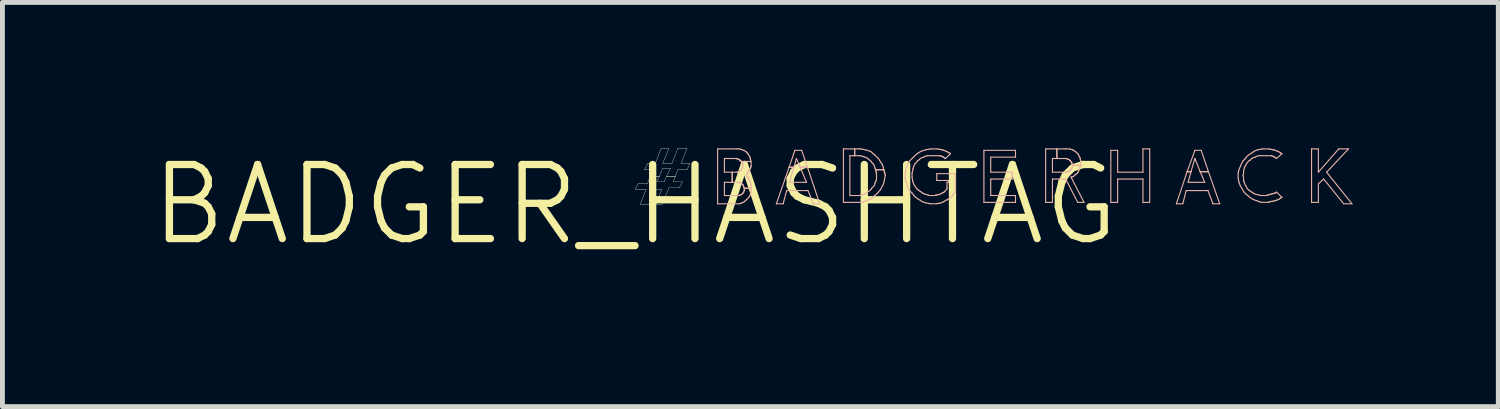
<source format=kicad_pcb>
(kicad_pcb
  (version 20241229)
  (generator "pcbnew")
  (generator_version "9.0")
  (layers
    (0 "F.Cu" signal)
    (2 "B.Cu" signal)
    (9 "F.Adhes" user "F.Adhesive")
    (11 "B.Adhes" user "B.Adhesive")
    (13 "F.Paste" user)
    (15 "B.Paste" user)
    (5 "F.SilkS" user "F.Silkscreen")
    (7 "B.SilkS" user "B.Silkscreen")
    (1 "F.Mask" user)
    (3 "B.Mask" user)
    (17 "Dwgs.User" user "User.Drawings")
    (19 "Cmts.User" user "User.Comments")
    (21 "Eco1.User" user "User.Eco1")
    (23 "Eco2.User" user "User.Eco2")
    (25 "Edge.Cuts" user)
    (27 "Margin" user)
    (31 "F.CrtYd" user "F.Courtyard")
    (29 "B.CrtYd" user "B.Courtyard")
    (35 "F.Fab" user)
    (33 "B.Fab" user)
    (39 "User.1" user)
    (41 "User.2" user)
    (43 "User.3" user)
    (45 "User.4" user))
  (footprint "BADGER_HASHTAG"
    (layer "F.Cu")
    (at 10.015 1.161)
    (property "Reference" "BADGER_HASHTAG" (at 0 0 0) (layer "F.SilkS") (effects (font (size 1.524 1.524) (thickness 0.15))))
    (attr exclude_from_pos_files exclude_from_bom)
    (fp_line (start 0.008 -0.318) (end 0.229 -0.318) (stroke (width 0.005) (type solid)) (layer "B.Cu"))
    (fp_line (start 0.069 -0.439) (end 0.008 -0.318) (stroke (width 0.005) (type solid)) (layer "B.Cu"))
    (fp_line (start 0.109 -0.008) (end 0.29 -0.008) (stroke (width 0.005) (type solid)) (layer "B.Cu"))
    (fp_line (start 0.198 -0.719) (end 0.348 -0.719) (stroke (width 0.005) (type solid)) (layer "B.Cu"))
    (fp_line (start 0.229 -0.318) (end 0.109 -0.008) (stroke (width 0.005) (type solid)) (layer "B.Cu"))
    (fp_line (start 0.259 -0.848) (end 0.198 -0.719) (stroke (width 0.005) (type solid)) (layer "B.Cu"))
    (fp_line (start 0.259 -0.439) (end 0.069 -0.439) (stroke (width 0.005) (type solid)) (layer "B.Cu"))
    (fp_line (start 0.29 -0.008) (end 0.419 -0.318) (stroke (width 0.005) (type solid)) (layer "B.Cu"))
    (fp_line (start 0.31 -0.579) (end 0.259 -0.439) (stroke (width 0.005) (type solid)) (layer "B.Cu"))
    (fp_line (start 0.31 -0.579) (end 0.498 -0.579) (stroke (width 0.005) (type solid)) (layer "B.Cu"))
    (fp_line (start 0.348 -0.719) (end 0.31 -0.579) (stroke (width 0.005) (type solid)) (layer "B.Cu"))
    (fp_line (start 0.419 -0.848) (end 0.259 -0.848) (stroke (width 0.005) (type solid)) (layer "B.Cu"))
    (fp_line (start 0.419 -0.318) (end 0.549 -0.318) (stroke (width 0.005) (type solid)) (layer "B.Cu"))
    (fp_line (start 0.429 -0.008) (end 0.559 -0.008) (stroke (width 0.005) (type solid)) (layer "B.Cu"))
    (fp_line (start 0.45 -0.47) (end 0.498 -0.579) (stroke (width 0.005) (type solid)) (layer "B.Cu"))
    (fp_line (start 0.498 -0.579) (end 0.31 -0.579) (stroke (width 0.005) (type solid)) (layer "B.Cu"))
    (fp_line (start 0.498 -0.579) (end 0.569 -0.749) (stroke (width 0.005) (type solid)) (layer "B.Cu"))
    (fp_line (start 0.538 -1.158) (end 0.419 -0.848) (stroke (width 0.005) (type solid)) (layer "B.Cu"))
    (fp_line (start 0.549 -0.318) (end 0.429 -0.008) (stroke (width 0.005) (type solid)) (layer "B.Cu"))
    (fp_line (start 0.559 -0.008) (end 0.699 -0.348) (stroke (width 0.005) (type solid)) (layer "B.Cu"))
    (fp_line (start 0.569 -0.848) (end 0.699 -1.158) (stroke (width 0.005) (type solid)) (layer "B.Cu"))
    (fp_line (start 0.569 -0.749) (end 0.729 -0.749) (stroke (width 0.005) (type solid)) (layer "B.Cu"))
    (fp_line (start 0.599 -0.47) (end 0.45 -0.47) (stroke (width 0.005) (type solid)) (layer "B.Cu"))
    (fp_line (start 0.648 -0.579) (end 0.599 -0.47) (stroke (width 0.005) (type solid)) (layer "B.Cu"))
    (fp_line (start 0.648 -0.579) (end 0.828 -0.579) (stroke (width 0.005) (type solid)) (layer "B.Cu"))
    (fp_line (start 0.699 -1.158) (end 0.538 -1.158) (stroke (width 0.005) (type solid)) (layer "B.Cu"))
    (fp_line (start 0.699 -0.348) (end 0.919 -0.348) (stroke (width 0.005) (type solid)) (layer "B.Cu"))
    (fp_line (start 0.729 -0.749) (end 0.648 -0.579) (stroke (width 0.005) (type solid)) (layer "B.Cu"))
    (fp_line (start 0.759 -0.848) (end 0.569 -0.848) (stroke (width 0.005) (type solid)) (layer "B.Cu"))
    (fp_line (start 0.79 -0.47) (end 0.828 -0.579) (stroke (width 0.005) (type solid)) (layer "B.Cu"))
    (fp_line (start 0.828 -0.579) (end 0.648 -0.579) (stroke (width 0.005) (type solid)) (layer "B.Cu"))
    (fp_line (start 0.828 -0.579) (end 0.879 -0.719) (stroke (width 0.005) (type solid)) (layer "B.Cu"))
    (fp_line (start 0.879 -1.158) (end 0.759 -0.848) (stroke (width 0.005) (type solid)) (layer "B.Cu"))
    (fp_line (start 0.879 -0.719) (end 1.069 -0.719) (stroke (width 0.005) (type solid)) (layer "B.Cu"))
    (fp_line (start 0.919 -0.348) (end 0.978 -0.47) (stroke (width 0.005) (type solid)) (layer "B.Cu"))
    (fp_line (start 0.95 -0.848) (end 1.069 -1.158) (stroke (width 0.005) (type solid)) (layer "B.Cu"))
    (fp_line (start 0.978 -0.47) (end 0.79 -0.47) (stroke (width 0.005) (type solid)) (layer "B.Cu"))
    (fp_line (start 1.069 -1.158) (end 0.879 -1.158) (stroke (width 0.005) (type solid)) (layer "B.Cu"))
    (fp_line (start 1.069 -0.719) (end 1.128 -0.848) (stroke (width 0.005) (type solid)) (layer "B.Cu"))
    (fp_line (start 1.128 -0.848) (end 0.95 -0.848) (stroke (width 0.005) (type solid)) (layer "B.Cu"))
    (fp_line (start 0.008 -0.318) (end 0.229 -0.318) (stroke (width 0.005) (type solid)) (layer "F.SilkS"))
    (fp_line (start 0.069 -0.439) (end 0.008 -0.318) (stroke (width 0.005) (type solid)) (layer "F.SilkS"))
    (fp_line (start 0.109 -0.008) (end 0.29 -0.008) (stroke (width 0.005) (type solid)) (layer "F.SilkS"))
    (fp_line (start 0.198 -0.719) (end 0.348 -0.719) (stroke (width 0.005) (type solid)) (layer "F.SilkS"))
    (fp_line (start 0.229 -0.318) (end 0.109 -0.008) (stroke (width 0.005) (type solid)) (layer "F.SilkS"))
    (fp_line (start 0.259 -0.848) (end 0.198 -0.719) (stroke (width 0.005) (type solid)) (layer "F.SilkS"))
    (fp_line (start 0.259 -0.439) (end 0.069 -0.439) (stroke (width 0.005) (type solid)) (layer "F.SilkS"))
    (fp_line (start 0.29 -0.008) (end 0.419 -0.318) (stroke (width 0.005) (type solid)) (layer "F.SilkS"))
    (fp_line (start 0.31 -0.579) (end 0.259 -0.439) (stroke (width 0.005) (type solid)) (layer "F.SilkS"))
    (fp_line (start 0.31 -0.579) (end 0.498 -0.579) (stroke (width 0.005) (type solid)) (layer "F.SilkS"))
    (fp_line (start 0.348 -0.719) (end 0.31 -0.579) (stroke (width 0.005) (type solid)) (layer "F.SilkS"))
    (fp_line (start 0.419 -0.848) (end 0.259 -0.848) (stroke (width 0.005) (type solid)) (layer "F.SilkS"))
    (fp_line (start 0.419 -0.318) (end 0.549 -0.318) (stroke (width 0.005) (type solid)) (layer "F.SilkS"))
    (fp_line (start 0.429 -0.008) (end 0.559 -0.008) (stroke (width 0.005) (type solid)) (layer "F.SilkS"))
    (fp_line (start 0.45 -0.47) (end 0.498 -0.579) (stroke (width 0.005) (type solid)) (layer "F.SilkS"))
    (fp_line (start 0.498 -0.579) (end 0.31 -0.579) (stroke (width 0.005) (type solid)) (layer "F.SilkS"))
    (fp_line (start 0.498 -0.579) (end 0.569 -0.749) (stroke (width 0.005) (type solid)) (layer "F.SilkS"))
    (fp_line (start 0.538 -1.158) (end 0.419 -0.848) (stroke (width 0.005) (type solid)) (layer "F.SilkS"))
    (fp_line (start 0.549 -0.318) (end 0.429 -0.008) (stroke (width 0.005) (type solid)) (layer "F.SilkS"))
    (fp_line (start 0.559 -0.008) (end 0.699 -0.348) (stroke (width 0.005) (type solid)) (layer "F.SilkS"))
    (fp_line (start 0.569 -0.848) (end 0.699 -1.158) (stroke (width 0.005) (type solid)) (layer "F.SilkS"))
    (fp_line (start 0.569 -0.749) (end 0.729 -0.749) (stroke (width 0.005) (type solid)) (layer "F.SilkS"))
    (fp_line (start 0.599 -0.47) (end 0.45 -0.47) (stroke (width 0.005) (type solid)) (layer "F.SilkS"))
    (fp_line (start 0.648 -0.579) (end 0.599 -0.47) (stroke (width 0.005) (type solid)) (layer "F.SilkS"))
    (fp_line (start 0.648 -0.579) (end 0.828 -0.579) (stroke (width 0.005) (type solid)) (layer "F.SilkS"))
    (fp_line (start 0.699 -1.158) (end 0.538 -1.158) (stroke (width 0.005) (type solid)) (layer "F.SilkS"))
    (fp_line (start 0.699 -0.348) (end 0.909 -0.348) (stroke (width 0.005) (type solid)) (layer "F.SilkS"))
    (fp_line (start 0.729 -0.749) (end 0.648 -0.579) (stroke (width 0.005) (type solid)) (layer "F.SilkS"))
    (fp_line (start 0.759 -0.848) (end 0.569 -0.848) (stroke (width 0.005) (type solid)) (layer "F.SilkS"))
    (fp_line (start 0.79 -0.47) (end 0.828 -0.579) (stroke (width 0.005) (type solid)) (layer "F.SilkS"))
    (fp_line (start 0.828 -0.579) (end 0.648 -0.579) (stroke (width 0.005) (type solid)) (layer "F.SilkS"))
    (fp_line (start 0.828 -0.579) (end 0.879 -0.719) (stroke (width 0.005) (type solid)) (layer "F.SilkS"))
    (fp_line (start 0.879 -1.158) (end 0.759 -0.848) (stroke (width 0.005) (type solid)) (layer "F.SilkS"))
    (fp_line (start 0.879 -0.719) (end 1.069 -0.719) (stroke (width 0.005) (type solid)) (layer "F.SilkS"))
    (fp_line (start 0.909 -0.348) (end 0.978 -0.47) (stroke (width 0.005) (type solid)) (layer "F.SilkS"))
    (fp_line (start 0.95 -0.848) (end 1.069 -1.158) (stroke (width 0.005) (type solid)) (layer "F.SilkS"))
    (fp_line (start 0.978 -0.47) (end 0.79 -0.47) (stroke (width 0.005) (type solid)) (layer "F.SilkS"))
    (fp_line (start 1.069 -1.158) (end 0.879 -1.158) (stroke (width 0.005) (type solid)) (layer "F.SilkS"))
    (fp_line (start 1.069 -0.719) (end 1.128 -0.848) (stroke (width 0.005) (type solid)) (layer "F.SilkS"))
    (fp_line (start 1.128 -0.848) (end 0.95 -0.848) (stroke (width 0.005) (type solid)) (layer "F.SilkS"))
    (fp_line (start 1.699 -1.148) (end 1.699 -0.018) (stroke (width 0.023) (type solid)) (layer "B.SilkS"))
    (fp_line (start 1.699 -0.018) (end 2.149 -0.018) (stroke (width 0.023) (type solid)) (layer "B.SilkS"))
    (fp_line (start 1.839 -0.95) (end 2.098 -0.95) (stroke (width 0.023) (type solid)) (layer "B.SilkS"))
    (fp_line (start 1.839 -0.668) (end 1.839 -0.95) (stroke (width 0.023) (type solid)) (layer "B.SilkS"))
    (fp_line (start 1.839 -0.46) (end 1.999 -0.46) (stroke (width 0.023) (type solid)) (layer "B.SilkS"))
    (fp_line (start 1.839 -0.188) (end 1.839 -0.46) (stroke (width 0.023) (type solid)) (layer "B.SilkS"))
    (fp_line (start 1.999 -0.668) (end 1.839 -0.668) (stroke (width 0.023) (type solid)) (layer "B.SilkS"))
    (fp_line (start 1.999 -0.668) (end 1.999 -0.46) (stroke (width 0.023) (type solid)) (layer "B.SilkS"))
    (fp_line (start 1.999 -0.46) (end 1.999 -0.668) (stroke (width 0.023) (type solid)) (layer "B.SilkS"))
    (fp_line (start 1.999 -0.46) (end 2.149 -0.46) (stroke (width 0.023) (type solid)) (layer "B.SilkS"))
    (fp_line (start 2.078 -1.148) (end 1.699 -1.148) (stroke (width 0.023) (type solid)) (layer "B.SilkS"))
    (fp_line (start 2.098 -0.95) (end 2.098 -0.94) (stroke (width 0.023) (type solid)) (layer "B.SilkS"))
    (fp_line (start 2.098 -0.94) (end 2.129 -0.94) (stroke (width 0.023) (type solid)) (layer "B.SilkS"))
    (fp_line (start 2.108 -0.668) (end 1.999 -0.668) (stroke (width 0.023) (type solid)) (layer "B.SilkS"))
    (fp_line (start 2.118 -0.678) (end 2.108 -0.668) (stroke (width 0.023) (type solid)) (layer "B.SilkS"))
    (fp_line (start 2.129 -0.94) (end 2.129 -0.93) (stroke (width 0.023) (type solid)) (layer "B.SilkS"))
    (fp_line (start 2.129 -0.93) (end 2.139 -0.93) (stroke (width 0.023) (type solid)) (layer "B.SilkS"))
    (fp_line (start 2.129 -0.678) (end 2.118 -0.678) (stroke (width 0.023) (type solid)) (layer "B.SilkS"))
    (fp_line (start 2.139 -0.93) (end 2.149 -0.919) (stroke (width 0.023) (type solid)) (layer "B.SilkS"))
    (fp_line (start 2.139 -0.188) (end 1.839 -0.188) (stroke (width 0.023) (type solid)) (layer "B.SilkS"))
    (fp_line (start 2.149 -1.148) (end 2.078 -1.148) (stroke (width 0.023) (type solid)) (layer "B.SilkS"))
    (fp_line (start 2.149 -0.919) (end 2.159 -0.919) (stroke (width 0.023) (type solid)) (layer "B.SilkS"))
    (fp_line (start 2.149 -0.688) (end 2.129 -0.678) (stroke (width 0.023) (type solid)) (layer "B.SilkS"))
    (fp_line (start 2.149 -0.46) (end 2.159 -0.45) (stroke (width 0.023) (type solid)) (layer "B.SilkS"))
    (fp_line (start 2.149 -0.018) (end 2.179 -0.028) (stroke (width 0.023) (type solid)) (layer "B.SilkS"))
    (fp_line (start 2.159 -0.919) (end 2.159 -0.909) (stroke (width 0.023) (type solid)) (layer "B.SilkS"))
    (fp_line (start 2.159 -0.909) (end 2.169 -0.909) (stroke (width 0.023) (type solid)) (layer "B.SilkS"))
    (fp_line (start 2.159 -0.699) (end 2.149 -0.688) (stroke (width 0.023) (type solid)) (layer "B.SilkS"))
    (fp_line (start 2.159 -0.45) (end 2.169 -0.45) (stroke (width 0.023) (type solid)) (layer "B.SilkS"))
    (fp_line (start 2.159 -0.198) (end 2.139 -0.188) (stroke (width 0.023) (type solid)) (layer "B.SilkS"))
    (fp_line (start 2.169 -0.909) (end 2.169 -0.899) (stroke (width 0.023) (type solid)) (layer "B.SilkS"))
    (fp_line (start 2.169 -0.899) (end 2.179 -0.899) (stroke (width 0.023) (type solid)) (layer "B.SilkS"))
    (fp_line (start 2.169 -0.699) (end 2.159 -0.699) (stroke (width 0.023) (type solid)) (layer "B.SilkS"))
    (fp_line (start 2.169 -0.45) (end 2.179 -0.439) (stroke (width 0.023) (type solid)) (layer "B.SilkS"))
    (fp_line (start 2.169 -0.198) (end 2.159 -0.198) (stroke (width 0.023) (type solid)) (layer "B.SilkS"))
    (fp_line (start 2.179 -1.138) (end 2.149 -1.148) (stroke (width 0.023) (type solid)) (layer "B.SilkS"))
    (fp_line (start 2.179 -0.899) (end 2.179 -0.889) (stroke (width 0.023) (type solid)) (layer "B.SilkS"))
    (fp_line (start 2.179 -0.889) (end 2.189 -0.889) (stroke (width 0.023) (type solid)) (layer "B.SilkS"))
    (fp_line (start 2.179 -0.889) (end 2.38 -0.889) (stroke (width 0.023) (type solid)) (layer "B.SilkS"))
    (fp_line (start 2.179 -0.709) (end 2.169 -0.699) (stroke (width 0.023) (type solid)) (layer "B.SilkS"))
    (fp_line (start 2.179 -0.439) (end 2.189 -0.429) (stroke (width 0.023) (type solid)) (layer "B.SilkS"))
    (fp_line (start 2.179 -0.208) (end 2.169 -0.198) (stroke (width 0.023) (type solid)) (layer "B.SilkS"))
    (fp_line (start 2.179 -0.028) (end 2.2 -0.038) (stroke (width 0.023) (type solid)) (layer "B.SilkS"))
    (fp_line (start 2.189 -0.889) (end 2.189 -0.879) (stroke (width 0.023) (type solid)) (layer "B.SilkS"))
    (fp_line (start 2.189 -0.879) (end 2.2 -0.879) (stroke (width 0.023) (type solid)) (layer "B.SilkS"))
    (fp_line (start 2.189 -0.719) (end 2.179 -0.709) (stroke (width 0.023) (type solid)) (layer "B.SilkS"))
    (fp_line (start 2.189 -0.429) (end 2.2 -0.429) (stroke (width 0.023) (type solid)) (layer "B.SilkS"))
    (fp_line (start 2.189 -0.208) (end 2.179 -0.208) (stroke (width 0.023) (type solid)) (layer "B.SilkS"))
    (fp_line (start 2.2 -0.879) (end 2.2 -0.859) (stroke (width 0.023) (type solid)) (layer "B.SilkS"))
    (fp_line (start 2.2 -0.859) (end 2.21 -0.859) (stroke (width 0.023) (type solid)) (layer "B.SilkS"))
    (fp_line (start 2.2 -0.749) (end 2.2 -0.729) (stroke (width 0.023) (type solid)) (layer "B.SilkS"))
    (fp_line (start 2.2 -0.729) (end 2.189 -0.719) (stroke (width 0.023) (type solid)) (layer "B.SilkS"))
    (fp_line (start 2.2 -0.429) (end 2.21 -0.419) (stroke (width 0.023) (type solid)) (layer "B.SilkS"))
    (fp_line (start 2.2 -0.218) (end 2.189 -0.208) (stroke (width 0.023) (type solid)) (layer "B.SilkS"))
    (fp_line (start 2.2 -0.038) (end 2.228 -0.048) (stroke (width 0.023) (type solid)) (layer "B.SilkS"))
    (fp_line (start 2.21 -1.128) (end 2.179 -1.138) (stroke (width 0.023) (type solid)) (layer "B.SilkS"))
    (fp_line (start 2.21 -0.859) (end 2.21 -0.838) (stroke (width 0.023) (type solid)) (layer "B.SilkS"))
    (fp_line (start 2.21 -0.838) (end 2.22 -0.838) (stroke (width 0.023) (type solid)) (layer "B.SilkS"))
    (fp_line (start 2.21 -0.77) (end 2.21 -0.759) (stroke (width 0.023) (type solid)) (layer "B.SilkS"))
    (fp_line (start 2.21 -0.759) (end 2.2 -0.749) (stroke (width 0.023) (type solid)) (layer "B.SilkS"))
    (fp_line (start 2.21 -0.419) (end 2.22 -0.409) (stroke (width 0.023) (type solid)) (layer "B.SilkS"))
    (fp_line (start 2.21 -0.229) (end 2.2 -0.218) (stroke (width 0.023) (type solid)) (layer "B.SilkS"))
    (fp_line (start 2.22 -0.838) (end 2.22 -0.78) (stroke (width 0.023) (type solid)) (layer "B.SilkS"))
    (fp_line (start 2.22 -0.78) (end 2.21 -0.77) (stroke (width 0.023) (type solid)) (layer "B.SilkS"))
    (fp_line (start 2.22 -0.409) (end 2.228 -0.399) (stroke (width 0.023) (type solid)) (layer "B.SilkS"))
    (fp_line (start 2.22 -0.239) (end 2.21 -0.229) (stroke (width 0.023) (type solid)) (layer "B.SilkS"))
    (fp_line (start 2.228 -1.118) (end 2.21 -1.128) (stroke (width 0.023) (type solid)) (layer "B.SilkS"))
    (fp_line (start 2.228 -0.399) (end 2.228 -0.389) (stroke (width 0.023) (type solid)) (layer "B.SilkS"))
    (fp_line (start 2.228 -0.389) (end 2.238 -0.368) (stroke (width 0.023) (type solid)) (layer "B.SilkS"))
    (fp_line (start 2.228 -0.249) (end 2.22 -0.239) (stroke (width 0.023) (type solid)) (layer "B.SilkS"))
    (fp_line (start 2.228 -0.048) (end 2.258 -0.069) (stroke (width 0.023) (type solid)) (layer "B.SilkS"))
    (fp_line (start 2.238 -0.368) (end 2.238 -0.358) (stroke (width 0.023) (type solid)) (layer "B.SilkS"))
    (fp_line (start 2.238 -0.358) (end 2.248 -0.348) (stroke (width 0.023) (type solid)) (layer "B.SilkS"))
    (fp_line (start 2.238 -0.279) (end 2.238 -0.259) (stroke (width 0.023) (type solid)) (layer "B.SilkS"))
    (fp_line (start 2.238 -0.259) (end 2.228 -0.249) (stroke (width 0.023) (type solid)) (layer "B.SilkS"))
    (fp_line (start 2.248 -0.348) (end 2.248 -0.338) (stroke (width 0.023) (type solid)) (layer "B.SilkS"))
    (fp_line (start 2.248 -0.338) (end 2.248 -0.328) (stroke (width 0.023) (type solid)) (layer "B.SilkS"))
    (fp_line (start 2.248 -0.338) (end 2.388 -0.338) (stroke (width 0.023) (type solid)) (layer "B.SilkS"))
    (fp_line (start 2.248 -0.328) (end 2.258 -0.328) (stroke (width 0.023) (type solid)) (layer "B.SilkS"))
    (fp_line (start 2.248 -0.31) (end 2.248 -0.29) (stroke (width 0.023) (type solid)) (layer "B.SilkS"))
    (fp_line (start 2.248 -0.29) (end 2.238 -0.279) (stroke (width 0.023) (type solid)) (layer "B.SilkS"))
    (fp_line (start 2.258 -1.11) (end 2.228 -1.118) (stroke (width 0.023) (type solid)) (layer "B.SilkS"))
    (fp_line (start 2.258 -0.328) (end 2.248 -0.31) (stroke (width 0.023) (type solid)) (layer "B.SilkS"))
    (fp_line (start 2.258 -0.069) (end 2.278 -0.089) (stroke (width 0.023) (type solid)) (layer "B.SilkS"))
    (fp_line (start 2.278 -1.09) (end 2.258 -1.11) (stroke (width 0.023) (type solid)) (layer "B.SilkS"))
    (fp_line (start 2.278 -0.089) (end 2.299 -0.109) (stroke (width 0.023) (type solid)) (layer "B.SilkS"))
    (fp_line (start 2.289 -0.599) (end 2.299 -0.62) (stroke (width 0.023) (type solid)) (layer "B.SilkS"))
    (fp_line (start 2.299 -1.079) (end 2.278 -1.09) (stroke (width 0.023) (type solid)) (layer "B.SilkS"))
    (fp_line (start 2.299 -0.62) (end 2.309 -0.638) (stroke (width 0.023) (type solid)) (layer "B.SilkS"))
    (fp_line (start 2.299 -0.589) (end 2.289 -0.599) (stroke (width 0.023) (type solid)) (layer "B.SilkS"))
    (fp_line (start 2.299 -0.109) (end 2.319 -0.13) (stroke (width 0.023) (type solid)) (layer "B.SilkS"))
    (fp_line (start 2.309 -1.059) (end 2.299 -1.079) (stroke (width 0.023) (type solid)) (layer "B.SilkS"))
    (fp_line (start 2.309 -0.638) (end 2.319 -0.658) (stroke (width 0.023) (type solid)) (layer "B.SilkS"))
    (fp_line (start 2.309 -0.579) (end 2.299 -0.589) (stroke (width 0.023) (type solid)) (layer "B.SilkS"))
    (fp_line (start 2.319 -0.658) (end 2.329 -0.668) (stroke (width 0.023) (type solid)) (layer "B.SilkS"))
    (fp_line (start 2.319 -0.559) (end 2.309 -0.579) (stroke (width 0.023) (type solid)) (layer "B.SilkS"))
    (fp_line (start 2.319 -0.13) (end 2.339 -0.15) (stroke (width 0.023) (type solid)) (layer "B.SilkS"))
    (fp_line (start 2.329 -1.039) (end 2.309 -1.059) (stroke (width 0.023) (type solid)) (layer "B.SilkS"))
    (fp_line (start 2.329 -0.668) (end 2.339 -0.688) (stroke (width 0.023) (type solid)) (layer "B.SilkS"))
    (fp_line (start 2.329 -0.549) (end 2.319 -0.559) (stroke (width 0.023) (type solid)) (layer "B.SilkS"))
    (fp_line (start 2.339 -1.019) (end 2.329 -1.039) (stroke (width 0.023) (type solid)) (layer "B.SilkS"))
    (fp_line (start 2.339 -0.688) (end 2.349 -0.709) (stroke (width 0.023) (type solid)) (layer "B.SilkS"))
    (fp_line (start 2.339 -0.538) (end 2.329 -0.549) (stroke (width 0.023) (type solid)) (layer "B.SilkS"))
    (fp_line (start 2.339 -0.15) (end 2.36 -0.178) (stroke (width 0.023) (type solid)) (layer "B.SilkS"))
    (fp_line (start 2.349 -0.709) (end 2.36 -0.719) (stroke (width 0.023) (type solid)) (layer "B.SilkS"))
    (fp_line (start 2.349 -0.518) (end 2.339 -0.538) (stroke (width 0.023) (type solid)) (layer "B.SilkS"))
    (fp_line (start 2.36 -0.988) (end 2.339 -1.019) (stroke (width 0.023) (type solid)) (layer "B.SilkS"))
    (fp_line (start 2.36 -0.719) (end 2.37 -0.739) (stroke (width 0.023) (type solid)) (layer "B.SilkS"))
    (fp_line (start 2.36 -0.508) (end 2.349 -0.518) (stroke (width 0.023) (type solid)) (layer "B.SilkS"))
    (fp_line (start 2.36 -0.488) (end 2.36 -0.508) (stroke (width 0.023) (type solid)) (layer "B.SilkS"))
    (fp_line (start 2.36 -0.178) (end 2.37 -0.208) (stroke (width 0.023) (type solid)) (layer "B.SilkS"))
    (fp_line (start 2.37 -0.968) (end 2.36 -0.988) (stroke (width 0.023) (type solid)) (layer "B.SilkS"))
    (fp_line (start 2.37 -0.94) (end 2.37 -0.968) (stroke (width 0.023) (type solid)) (layer "B.SilkS"))
    (fp_line (start 2.37 -0.749) (end 2.38 -0.759) (stroke (width 0.023) (type solid)) (layer "B.SilkS"))
    (fp_line (start 2.37 -0.739) (end 2.37 -0.749) (stroke (width 0.023) (type solid)) (layer "B.SilkS"))
    (fp_line (start 2.37 -0.478) (end 2.36 -0.488) (stroke (width 0.023) (type solid)) (layer "B.SilkS"))
    (fp_line (start 2.37 -0.208) (end 2.38 -0.229) (stroke (width 0.023) (type solid)) (layer "B.SilkS"))
    (fp_line (start 2.38 -0.919) (end 2.37 -0.94) (stroke (width 0.023) (type solid)) (layer "B.SilkS"))
    (fp_line (start 2.38 -0.889) (end 2.179 -0.889) (stroke (width 0.023) (type solid)) (layer "B.SilkS"))
    (fp_line (start 2.38 -0.889) (end 2.38 -0.919) (stroke (width 0.023) (type solid)) (layer "B.SilkS"))
    (fp_line (start 2.38 -0.78) (end 2.388 -0.79) (stroke (width 0.023) (type solid)) (layer "B.SilkS"))
    (fp_line (start 2.38 -0.759) (end 2.38 -0.78) (stroke (width 0.023) (type solid)) (layer "B.SilkS"))
    (fp_line (start 2.38 -0.46) (end 2.37 -0.478) (stroke (width 0.023) (type solid)) (layer "B.SilkS"))
    (fp_line (start 2.38 -0.419) (end 2.38 -0.46) (stroke (width 0.023) (type solid)) (layer "B.SilkS"))
    (fp_line (start 2.38 -0.229) (end 2.388 -0.259) (stroke (width 0.023) (type solid)) (layer "B.SilkS"))
    (fp_line (start 2.388 -0.879) (end 2.38 -0.889) (stroke (width 0.023) (type solid)) (layer "B.SilkS"))
    (fp_line (start 2.388 -0.79) (end 2.388 -0.879) (stroke (width 0.023) (type solid)) (layer "B.SilkS"))
    (fp_line (start 2.388 -0.409) (end 2.38 -0.419) (stroke (width 0.023) (type solid)) (layer "B.SilkS"))
    (fp_line (start 2.388 -0.338) (end 2.248 -0.338) (stroke (width 0.023) (type solid)) (layer "B.SilkS"))
    (fp_line (start 2.388 -0.338) (end 2.388 -0.409) (stroke (width 0.023) (type solid)) (layer "B.SilkS"))
    (fp_line (start 2.388 -0.259) (end 2.388 -0.338) (stroke (width 0.023) (type solid)) (layer "B.SilkS"))
    (fp_line (start 2.908 -0.018) (end 3.048 -0.018) (stroke (width 0.023) (type solid)) (layer "B.SilkS"))
    (fp_line (start 3.048 -0.018) (end 3.119 -0.29) (stroke (width 0.023) (type solid)) (layer "B.SilkS"))
    (fp_line (start 3.119 -0.29) (end 3.559 -0.29) (stroke (width 0.023) (type solid)) (layer "B.SilkS"))
    (fp_line (start 3.17 -0.77) (end 2.908 -0.018) (stroke (width 0.023) (type solid)) (layer "B.SilkS"))
    (fp_line (start 3.17 -0.77) (end 3.269 -0.77) (stroke (width 0.023) (type solid)) (layer "B.SilkS"))
    (fp_line (start 3.178 -0.46) (end 3.269 -0.77) (stroke (width 0.023) (type solid)) (layer "B.SilkS"))
    (fp_line (start 3.269 -0.77) (end 3.17 -0.77) (stroke (width 0.023) (type solid)) (layer "B.SilkS"))
    (fp_line (start 3.269 -0.77) (end 3.32 -0.95) (stroke (width 0.023) (type solid)) (layer "B.SilkS"))
    (fp_line (start 3.289 -1.118) (end 3.17 -0.77) (stroke (width 0.023) (type solid)) (layer "B.SilkS"))
    (fp_line (start 3.32 -0.95) (end 3.399 -0.77) (stroke (width 0.023) (type solid)) (layer "B.SilkS"))
    (fp_line (start 3.399 -0.77) (end 3.528 -0.46) (stroke (width 0.023) (type solid)) (layer "B.SilkS"))
    (fp_line (start 3.399 -0.77) (end 3.548 -0.77) (stroke (width 0.023) (type solid)) (layer "B.SilkS"))
    (fp_line (start 3.429 -1.118) (end 3.289 -1.118) (stroke (width 0.023) (type solid)) (layer "B.SilkS"))
    (fp_line (start 3.528 -0.46) (end 3.178 -0.46) (stroke (width 0.023) (type solid)) (layer "B.SilkS"))
    (fp_line (start 3.548 -0.77) (end 3.399 -0.77) (stroke (width 0.023) (type solid)) (layer "B.SilkS"))
    (fp_line (start 3.548 -0.77) (end 3.429 -1.118) (stroke (width 0.023) (type solid)) (layer "B.SilkS"))
    (fp_line (start 3.559 -0.29) (end 3.668 -0.018) (stroke (width 0.023) (type solid)) (layer "B.SilkS"))
    (fp_line (start 3.668 -0.018) (end 3.8 -0.018) (stroke (width 0.023) (type solid)) (layer "B.SilkS"))
    (fp_line (start 3.8 -0.018) (end 3.548 -0.77) (stroke (width 0.023) (type solid)) (layer "B.SilkS"))
    (fp_line (start 4.288 -1.148) (end 4.288 -0.048) (stroke (width 0.023) (type solid)) (layer "B.SilkS"))
    (fp_line (start 4.288 -0.048) (end 4.648 -0.048) (stroke (width 0.023) (type solid)) (layer "B.SilkS"))
    (fp_line (start 4.42 -1.008) (end 4.519 -1.008) (stroke (width 0.023) (type solid)) (layer "B.SilkS"))
    (fp_line (start 4.42 -0.188) (end 4.42 -1.008) (stroke (width 0.023) (type solid)) (layer "B.SilkS"))
    (fp_line (start 4.519 -1.148) (end 4.288 -1.148) (stroke (width 0.023) (type solid)) (layer "B.SilkS"))
    (fp_line (start 4.519 -1.148) (end 4.519 -1.008) (stroke (width 0.023) (type solid)) (layer "B.SilkS"))
    (fp_line (start 4.519 -1.008) (end 4.519 -1.148) (stroke (width 0.023) (type solid)) (layer "B.SilkS"))
    (fp_line (start 4.519 -1.008) (end 4.628 -1.008) (stroke (width 0.023) (type solid)) (layer "B.SilkS"))
    (fp_line (start 4.6 -1.148) (end 4.519 -1.148) (stroke (width 0.023) (type solid)) (layer "B.SilkS"))
    (fp_line (start 4.608 -0.188) (end 4.42 -0.188) (stroke (width 0.023) (type solid)) (layer "B.SilkS"))
    (fp_line (start 4.628 -1.008) (end 4.669 -0.998) (stroke (width 0.023) (type solid)) (layer "B.SilkS"))
    (fp_line (start 4.648 -1.148) (end 4.6 -1.148) (stroke (width 0.023) (type solid)) (layer "B.SilkS"))
    (fp_line (start 4.648 -0.198) (end 4.608 -0.188) (stroke (width 0.023) (type solid)) (layer "B.SilkS"))
    (fp_line (start 4.648 -0.048) (end 4.699 -0.058) (stroke (width 0.023) (type solid)) (layer "B.SilkS"))
    (fp_line (start 4.669 -0.998) (end 4.699 -0.988) (stroke (width 0.023) (type solid)) (layer "B.SilkS"))
    (fp_line (start 4.689 -1.138) (end 4.648 -1.148) (stroke (width 0.023) (type solid)) (layer "B.SilkS"))
    (fp_line (start 4.689 -0.208) (end 4.648 -0.198) (stroke (width 0.023) (type solid)) (layer "B.SilkS"))
    (fp_line (start 4.699 -0.988) (end 4.729 -0.978) (stroke (width 0.023) (type solid)) (layer "B.SilkS"))
    (fp_line (start 4.699 -0.058) (end 4.75 -0.079) (stroke (width 0.023) (type solid)) (layer "B.SilkS"))
    (fp_line (start 4.729 -0.978) (end 4.76 -0.968) (stroke (width 0.023) (type solid)) (layer "B.SilkS"))
    (fp_line (start 4.729 -0.218) (end 4.689 -0.208) (stroke (width 0.023) (type solid)) (layer "B.SilkS"))
    (fp_line (start 4.74 -1.128) (end 4.689 -1.138) (stroke (width 0.023) (type solid)) (layer "B.SilkS"))
    (fp_line (start 4.75 -0.079) (end 4.798 -0.099) (stroke (width 0.023) (type solid)) (layer "B.SilkS"))
    (fp_line (start 4.76 -0.968) (end 4.788 -0.95) (stroke (width 0.023) (type solid)) (layer "B.SilkS"))
    (fp_line (start 4.76 -0.239) (end 4.729 -0.218) (stroke (width 0.023) (type solid)) (layer "B.SilkS"))
    (fp_line (start 4.778 -1.118) (end 4.74 -1.128) (stroke (width 0.023) (type solid)) (layer "B.SilkS"))
    (fp_line (start 4.788 -0.95) (end 4.808 -0.93) (stroke (width 0.023) (type solid)) (layer "B.SilkS"))
    (fp_line (start 4.798 -0.269) (end 4.76 -0.239) (stroke (width 0.023) (type solid)) (layer "B.SilkS"))
    (fp_line (start 4.798 -0.099) (end 4.849 -0.119) (stroke (width 0.023) (type solid)) (layer "B.SilkS"))
    (fp_line (start 4.808 -0.93) (end 4.839 -0.909) (stroke (width 0.023) (type solid)) (layer "B.SilkS"))
    (fp_line (start 4.829 -1.1) (end 4.778 -1.118) (stroke (width 0.023) (type solid)) (layer "B.SilkS"))
    (fp_line (start 4.829 -0.29) (end 4.798 -0.269) (stroke (width 0.023) (type solid)) (layer "B.SilkS"))
    (fp_line (start 4.839 -0.909) (end 4.859 -0.889) (stroke (width 0.023) (type solid)) (layer "B.SilkS"))
    (fp_line (start 4.849 -0.119) (end 4.889 -0.15) (stroke (width 0.023) (type solid)) (layer "B.SilkS"))
    (fp_line (start 4.859 -0.889) (end 4.879 -0.859) (stroke (width 0.023) (type solid)) (layer "B.SilkS"))
    (fp_line (start 4.859 -0.318) (end 4.829 -0.29) (stroke (width 0.023) (type solid)) (layer "B.SilkS"))
    (fp_line (start 4.869 -1.079) (end 4.829 -1.1) (stroke (width 0.023) (type solid)) (layer "B.SilkS"))
    (fp_line (start 4.879 -0.859) (end 4.9 -0.838) (stroke (width 0.023) (type solid)) (layer "B.SilkS"))
    (fp_line (start 4.879 -0.348) (end 4.859 -0.318) (stroke (width 0.023) (type solid)) (layer "B.SilkS"))
    (fp_line (start 4.889 -0.15) (end 4.928 -0.188) (stroke (width 0.023) (type solid)) (layer "B.SilkS"))
    (fp_line (start 4.9 -1.049) (end 4.869 -1.079) (stroke (width 0.023) (type solid)) (layer "B.SilkS"))
    (fp_line (start 4.9 -0.838) (end 4.92 -0.808) (stroke (width 0.023) (type solid)) (layer "B.SilkS"))
    (fp_line (start 4.91 -0.378) (end 4.879 -0.348) (stroke (width 0.023) (type solid)) (layer "B.SilkS"))
    (fp_line (start 4.92 -0.808) (end 4.928 -0.78) (stroke (width 0.023) (type solid)) (layer "B.SilkS"))
    (fp_line (start 4.928 -0.78) (end 4.938 -0.749) (stroke (width 0.023) (type solid)) (layer "B.SilkS"))
    (fp_line (start 4.928 -0.409) (end 4.91 -0.378) (stroke (width 0.023) (type solid)) (layer "B.SilkS"))
    (fp_line (start 4.928 -0.188) (end 4.968 -0.218) (stroke (width 0.023) (type solid)) (layer "B.SilkS"))
    (fp_line (start 4.938 -1.019) (end 4.9 -1.049) (stroke (width 0.023) (type solid)) (layer "B.SilkS"))
    (fp_line (start 4.938 -0.749) (end 4.948 -0.719) (stroke (width 0.023) (type solid)) (layer "B.SilkS"))
    (fp_line (start 4.938 -0.45) (end 4.928 -0.409) (stroke (width 0.023) (type solid)) (layer "B.SilkS"))
    (fp_line (start 4.948 -0.719) (end 4.958 -0.709) (stroke (width 0.023) (type solid)) (layer "B.SilkS"))
    (fp_line (start 4.948 -0.719) (end 5.118 -0.719) (stroke (width 0.023) (type solid)) (layer "B.SilkS"))
    (fp_line (start 4.958 -0.709) (end 4.958 -0.668) (stroke (width 0.023) (type solid)) (layer "B.SilkS"))
    (fp_line (start 4.958 -0.668) (end 4.968 -0.668) (stroke (width 0.023) (type solid)) (layer "B.SilkS"))
    (fp_line (start 4.958 -0.488) (end 4.938 -0.45) (stroke (width 0.023) (type solid)) (layer "B.SilkS"))
    (fp_line (start 4.968 -0.988) (end 4.938 -1.019) (stroke (width 0.023) (type solid)) (layer "B.SilkS"))
    (fp_line (start 4.968 -0.668) (end 4.968 -0.518) (stroke (width 0.023) (type solid)) (layer "B.SilkS"))
    (fp_line (start 4.968 -0.518) (end 4.958 -0.488) (stroke (width 0.023) (type solid)) (layer "B.SilkS"))
    (fp_line (start 4.968 -0.218) (end 5.009 -0.259) (stroke (width 0.023) (type solid)) (layer "B.SilkS"))
    (fp_line (start 4.999 -0.958) (end 4.968 -0.988) (stroke (width 0.023) (type solid)) (layer "B.SilkS"))
    (fp_line (start 5.009 -0.259) (end 5.05 -0.31) (stroke (width 0.023) (type solid)) (layer "B.SilkS"))
    (fp_line (start 5.029 -0.919) (end 4.999 -0.958) (stroke (width 0.023) (type solid)) (layer "B.SilkS"))
    (fp_line (start 5.05 -0.879) (end 5.029 -0.919) (stroke (width 0.023) (type solid)) (layer "B.SilkS"))
    (fp_line (start 5.05 -0.31) (end 5.07 -0.348) (stroke (width 0.023) (type solid)) (layer "B.SilkS"))
    (fp_line (start 5.07 -0.348) (end 5.098 -0.399) (stroke (width 0.023) (type solid)) (layer "B.SilkS"))
    (fp_line (start 5.08 -0.838) (end 5.05 -0.879) (stroke (width 0.023) (type solid)) (layer "B.SilkS"))
    (fp_line (start 5.098 -0.798) (end 5.08 -0.838) (stroke (width 0.023) (type solid)) (layer "B.SilkS"))
    (fp_line (start 5.098 -0.399) (end 5.118 -0.45) (stroke (width 0.023) (type solid)) (layer "B.SilkS"))
    (fp_line (start 5.108 -0.759) (end 5.098 -0.798) (stroke (width 0.023) (type solid)) (layer "B.SilkS"))
    (fp_line (start 5.118 -0.719) (end 4.948 -0.719) (stroke (width 0.023) (type solid)) (layer "B.SilkS"))
    (fp_line (start 5.118 -0.719) (end 5.108 -0.759) (stroke (width 0.023) (type solid)) (layer "B.SilkS"))
    (fp_line (start 5.118 -0.709) (end 5.118 -0.719) (stroke (width 0.023) (type solid)) (layer "B.SilkS"))
    (fp_line (start 5.118 -0.45) (end 5.128 -0.498) (stroke (width 0.023) (type solid)) (layer "B.SilkS"))
    (fp_line (start 5.128 -0.699) (end 5.118 -0.709) (stroke (width 0.023) (type solid)) (layer "B.SilkS"))
    (fp_line (start 5.128 -0.668) (end 5.128 -0.699) (stroke (width 0.023) (type solid)) (layer "B.SilkS"))
    (fp_line (start 5.128 -0.498) (end 5.138 -0.549) (stroke (width 0.023) (type solid)) (layer "B.SilkS"))
    (fp_line (start 5.138 -0.668) (end 5.128 -0.668) (stroke (width 0.023) (type solid)) (layer "B.SilkS"))
    (fp_line (start 5.138 -0.63) (end 5.138 -0.668) (stroke (width 0.023) (type solid)) (layer "B.SilkS"))
    (fp_line (start 5.138 -0.549) (end 5.149 -0.599) (stroke (width 0.023) (type solid)) (layer "B.SilkS"))
    (fp_line (start 5.149 -0.62) (end 5.138 -0.63) (stroke (width 0.023) (type solid)) (layer "B.SilkS"))
    (fp_line (start 5.149 -0.599) (end 5.149 -0.62) (stroke (width 0.023) (type solid)) (layer "B.SilkS"))
    (fp_line (start 5.558 -0.658) (end 5.568 -0.709) (stroke (width 0.023) (type solid)) (layer "B.SilkS"))
    (fp_line (start 5.558 -0.538) (end 5.558 -0.658) (stroke (width 0.023) (type solid)) (layer "B.SilkS"))
    (fp_line (start 5.568 -0.709) (end 5.588 -0.77) (stroke (width 0.023) (type solid)) (layer "B.SilkS"))
    (fp_line (start 5.568 -0.488) (end 5.558 -0.538) (stroke (width 0.023) (type solid)) (layer "B.SilkS"))
    (fp_line (start 5.588 -0.77) (end 5.608 -0.818) (stroke (width 0.023) (type solid)) (layer "B.SilkS"))
    (fp_line (start 5.588 -0.429) (end 5.568 -0.488) (stroke (width 0.023) (type solid)) (layer "B.SilkS"))
    (fp_line (start 5.608 -0.818) (end 5.629 -0.869) (stroke (width 0.023) (type solid)) (layer "B.SilkS"))
    (fp_line (start 5.608 -0.378) (end 5.588 -0.429) (stroke (width 0.023) (type solid)) (layer "B.SilkS"))
    (fp_line (start 5.629 -0.869) (end 5.659 -0.909) (stroke (width 0.023) (type solid)) (layer "B.SilkS"))
    (fp_line (start 5.629 -0.328) (end 5.608 -0.378) (stroke (width 0.023) (type solid)) (layer "B.SilkS"))
    (fp_line (start 5.659 -0.909) (end 5.7 -0.95) (stroke (width 0.023) (type solid)) (layer "B.SilkS"))
    (fp_line (start 5.659 -0.279) (end 5.629 -0.328) (stroke (width 0.023) (type solid)) (layer "B.SilkS"))
    (fp_line (start 5.7 -0.95) (end 5.738 -0.988) (stroke (width 0.023) (type solid)) (layer "B.SilkS"))
    (fp_line (start 5.7 -0.648) (end 5.7 -0.559) (stroke (width 0.023) (type solid)) (layer "B.SilkS"))
    (fp_line (start 5.7 -0.559) (end 5.71 -0.508) (stroke (width 0.023) (type solid)) (layer "B.SilkS"))
    (fp_line (start 5.7 -0.239) (end 5.659 -0.279) (stroke (width 0.023) (type solid)) (layer "B.SilkS"))
    (fp_line (start 5.71 -0.688) (end 5.7 -0.648) (stroke (width 0.023) (type solid)) (layer "B.SilkS"))
    (fp_line (start 5.71 -0.508) (end 5.718 -0.47) (stroke (width 0.023) (type solid)) (layer "B.SilkS"))
    (fp_line (start 5.718 -0.729) (end 5.71 -0.688) (stroke (width 0.023) (type solid)) (layer "B.SilkS"))
    (fp_line (start 5.718 -0.47) (end 5.728 -0.439) (stroke (width 0.023) (type solid)) (layer "B.SilkS"))
    (fp_line (start 5.728 -0.77) (end 5.718 -0.729) (stroke (width 0.023) (type solid)) (layer "B.SilkS"))
    (fp_line (start 5.728 -0.439) (end 5.748 -0.399) (stroke (width 0.023) (type solid)) (layer "B.SilkS"))
    (fp_line (start 5.738 -0.988) (end 5.779 -1.029) (stroke (width 0.023) (type solid)) (layer "B.SilkS"))
    (fp_line (start 5.738 -0.798) (end 5.728 -0.77) (stroke (width 0.023) (type solid)) (layer "B.SilkS"))
    (fp_line (start 5.738 -0.188) (end 5.7 -0.239) (stroke (width 0.023) (type solid)) (layer "B.SilkS"))
    (fp_line (start 5.748 -0.399) (end 5.768 -0.368) (stroke (width 0.023) (type solid)) (layer "B.SilkS"))
    (fp_line (start 5.758 -0.838) (end 5.738 -0.798) (stroke (width 0.023) (type solid)) (layer "B.SilkS"))
    (fp_line (start 5.768 -0.368) (end 5.799 -0.328) (stroke (width 0.023) (type solid)) (layer "B.SilkS"))
    (fp_line (start 5.779 -1.029) (end 5.819 -1.059) (stroke (width 0.023) (type solid)) (layer "B.SilkS"))
    (fp_line (start 5.779 -0.15) (end 5.738 -0.188) (stroke (width 0.023) (type solid)) (layer "B.SilkS"))
    (fp_line (start 5.789 -0.869) (end 5.758 -0.838) (stroke (width 0.023) (type solid)) (layer "B.SilkS"))
    (fp_line (start 5.799 -0.328) (end 5.829 -0.3) (stroke (width 0.023) (type solid)) (layer "B.SilkS"))
    (fp_line (start 5.809 -0.899) (end 5.789 -0.869) (stroke (width 0.023) (type solid)) (layer "B.SilkS"))
    (fp_line (start 5.819 -1.059) (end 5.87 -1.09) (stroke (width 0.023) (type solid)) (layer "B.SilkS"))
    (fp_line (start 5.819 -0.119) (end 5.779 -0.15) (stroke (width 0.023) (type solid)) (layer "B.SilkS"))
    (fp_line (start 5.829 -0.3) (end 5.86 -0.279) (stroke (width 0.023) (type solid)) (layer "B.SilkS"))
    (fp_line (start 5.839 -0.919) (end 5.809 -0.899) (stroke (width 0.023) (type solid)) (layer "B.SilkS"))
    (fp_line (start 5.86 -0.279) (end 5.888 -0.259) (stroke (width 0.023) (type solid)) (layer "B.SilkS"))
    (fp_line (start 5.87 -1.09) (end 5.918 -1.11) (stroke (width 0.023) (type solid)) (layer "B.SilkS"))
    (fp_line (start 5.87 -0.95) (end 5.839 -0.919) (stroke (width 0.023) (type solid)) (layer "B.SilkS"))
    (fp_line (start 5.87 -0.089) (end 5.819 -0.119) (stroke (width 0.023) (type solid)) (layer "B.SilkS"))
    (fp_line (start 5.888 -0.259) (end 5.918 -0.239) (stroke (width 0.023) (type solid)) (layer "B.SilkS"))
    (fp_line (start 5.908 -0.968) (end 5.87 -0.95) (stroke (width 0.023) (type solid)) (layer "B.SilkS"))
    (fp_line (start 5.918 -1.11) (end 5.979 -1.128) (stroke (width 0.023) (type solid)) (layer "B.SilkS"))
    (fp_line (start 5.918 -0.239) (end 5.959 -0.218) (stroke (width 0.023) (type solid)) (layer "B.SilkS"))
    (fp_line (start 5.918 -0.058) (end 5.87 -0.089) (stroke (width 0.023) (type solid)) (layer "B.SilkS"))
    (fp_line (start 5.939 -0.978) (end 5.908 -0.968) (stroke (width 0.023) (type solid)) (layer "B.SilkS"))
    (fp_line (start 5.959 -0.218) (end 5.999 -0.208) (stroke (width 0.023) (type solid)) (layer "B.SilkS"))
    (fp_line (start 5.979 -1.128) (end 6.03 -1.138) (stroke (width 0.023) (type solid)) (layer "B.SilkS"))
    (fp_line (start 5.979 -0.998) (end 5.939 -0.978) (stroke (width 0.023) (type solid)) (layer "B.SilkS"))
    (fp_line (start 5.979 -0.038) (end 5.918 -0.058) (stroke (width 0.023) (type solid)) (layer "B.SilkS"))
    (fp_line (start 5.999 -0.208) (end 6.03 -0.198) (stroke (width 0.023) (type solid)) (layer "B.SilkS"))
    (fp_line (start 6.02 -1.008) (end 5.979 -0.998) (stroke (width 0.023) (type solid)) (layer "B.SilkS"))
    (fp_line (start 6.03 -1.138) (end 6.088 -1.148) (stroke (width 0.023) (type solid)) (layer "B.SilkS"))
    (fp_line (start 6.03 -0.198) (end 6.068 -0.188) (stroke (width 0.023) (type solid)) (layer "B.SilkS"))
    (fp_line (start 6.03 -0.028) (end 5.979 -0.038) (stroke (width 0.023) (type solid)) (layer "B.SilkS"))
    (fp_line (start 6.068 -0.188) (end 6.17 -0.188) (stroke (width 0.023) (type solid)) (layer "B.SilkS"))
    (fp_line (start 6.088 -1.148) (end 6.228 -1.148) (stroke (width 0.023) (type solid)) (layer "B.SilkS"))
    (fp_line (start 6.088 -0.018) (end 6.03 -0.028) (stroke (width 0.023) (type solid)) (layer "B.SilkS"))
    (fp_line (start 6.17 -0.188) (end 6.19 -0.198) (stroke (width 0.023) (type solid)) (layer "B.SilkS"))
    (fp_line (start 6.19 -0.198) (end 6.208 -0.198) (stroke (width 0.023) (type solid)) (layer "B.SilkS"))
    (fp_line (start 6.208 -0.638) (end 6.589 -0.638) (stroke (width 0.023) (type solid)) (layer "B.SilkS"))
    (fp_line (start 6.208 -0.498) (end 6.208 -0.638) (stroke (width 0.023) (type solid)) (layer "B.SilkS"))
    (fp_line (start 6.208 -0.198) (end 6.238 -0.208) (stroke (width 0.023) (type solid)) (layer "B.SilkS"))
    (fp_line (start 6.208 -0.018) (end 6.088 -0.018) (stroke (width 0.023) (type solid)) (layer "B.SilkS"))
    (fp_line (start 6.228 -1.148) (end 6.259 -1.138) (stroke (width 0.023) (type solid)) (layer "B.SilkS"))
    (fp_line (start 6.238 -0.208) (end 6.259 -0.208) (stroke (width 0.023) (type solid)) (layer "B.SilkS"))
    (fp_line (start 6.238 -0.028) (end 6.208 -0.018) (stroke (width 0.023) (type solid)) (layer "B.SilkS"))
    (fp_line (start 6.259 -1.138) (end 6.279 -1.138) (stroke (width 0.023) (type solid)) (layer "B.SilkS"))
    (fp_line (start 6.259 -0.208) (end 6.279 -0.218) (stroke (width 0.023) (type solid)) (layer "B.SilkS"))
    (fp_line (start 6.269 -1.008) (end 6.02 -1.008) (stroke (width 0.023) (type solid)) (layer "B.SilkS"))
    (fp_line (start 6.269 -0.028) (end 6.238 -0.028) (stroke (width 0.023) (type solid)) (layer "B.SilkS"))
    (fp_line (start 6.279 -1.138) (end 6.309 -1.128) (stroke (width 0.023) (type solid)) (layer "B.SilkS"))
    (fp_line (start 6.279 -0.218) (end 6.299 -0.229) (stroke (width 0.023) (type solid)) (layer "B.SilkS"))
    (fp_line (start 6.289 -0.998) (end 6.269 -1.008) (stroke (width 0.023) (type solid)) (layer "B.SilkS"))
    (fp_line (start 6.299 -0.229) (end 6.32 -0.239) (stroke (width 0.023) (type solid)) (layer "B.SilkS"))
    (fp_line (start 6.299 -0.038) (end 6.269 -0.028) (stroke (width 0.023) (type solid)) (layer "B.SilkS"))
    (fp_line (start 6.309 -1.128) (end 6.33 -1.128) (stroke (width 0.023) (type solid)) (layer "B.SilkS"))
    (fp_line (start 6.309 -0.998) (end 6.289 -0.998) (stroke (width 0.023) (type solid)) (layer "B.SilkS"))
    (fp_line (start 6.32 -0.988) (end 6.309 -0.998) (stroke (width 0.023) (type solid)) (layer "B.SilkS"))
    (fp_line (start 6.32 -0.239) (end 6.34 -0.249) (stroke (width 0.023) (type solid)) (layer "B.SilkS"))
    (fp_line (start 6.33 -1.128) (end 6.35 -1.118) (stroke (width 0.023) (type solid)) (layer "B.SilkS"))
    (fp_line (start 6.33 -0.988) (end 6.32 -0.988) (stroke (width 0.023) (type solid)) (layer "B.SilkS"))
    (fp_line (start 6.34 -0.249) (end 6.358 -0.259) (stroke (width 0.023) (type solid)) (layer "B.SilkS"))
    (fp_line (start 6.34 -0.058) (end 6.299 -0.038) (stroke (width 0.023) (type solid)) (layer "B.SilkS"))
    (fp_line (start 6.35 -1.118) (end 6.378 -1.11) (stroke (width 0.023) (type solid)) (layer "B.SilkS"))
    (fp_line (start 6.35 -0.978) (end 6.33 -0.988) (stroke (width 0.023) (type solid)) (layer "B.SilkS"))
    (fp_line (start 6.358 -0.968) (end 6.35 -0.978) (stroke (width 0.023) (type solid)) (layer "B.SilkS"))
    (fp_line (start 6.358 -0.259) (end 6.378 -0.279) (stroke (width 0.023) (type solid)) (layer "B.SilkS"))
    (fp_line (start 6.368 -0.958) (end 6.358 -0.968) (stroke (width 0.023) (type solid)) (layer "B.SilkS"))
    (fp_line (start 6.368 -0.069) (end 6.34 -0.058) (stroke (width 0.023) (type solid)) (layer "B.SilkS"))
    (fp_line (start 6.378 -1.11) (end 6.398 -1.1) (stroke (width 0.023) (type solid)) (layer "B.SilkS"))
    (fp_line (start 6.378 -0.279) (end 6.388 -0.29) (stroke (width 0.023) (type solid)) (layer "B.SilkS"))
    (fp_line (start 6.388 -0.95) (end 6.368 -0.958) (stroke (width 0.023) (type solid)) (layer "B.SilkS"))
    (fp_line (start 6.388 -0.29) (end 6.408 -0.31) (stroke (width 0.023) (type solid)) (layer "B.SilkS"))
    (fp_line (start 6.388 -0.089) (end 6.368 -0.069) (stroke (width 0.023) (type solid)) (layer "B.SilkS"))
    (fp_line (start 6.398 -1.1) (end 6.419 -1.09) (stroke (width 0.023) (type solid)) (layer "B.SilkS"))
    (fp_line (start 6.408 -0.31) (end 6.419 -0.328) (stroke (width 0.023) (type solid)) (layer "B.SilkS"))
    (fp_line (start 6.419 -1.09) (end 6.439 -1.079) (stroke (width 0.023) (type solid)) (layer "B.SilkS"))
    (fp_line (start 6.419 -0.46) (end 6.449 -0.46) (stroke (width 0.023) (type solid)) (layer "B.SilkS"))
    (fp_line (start 6.419 -0.328) (end 6.419 -0.46) (stroke (width 0.023) (type solid)) (layer "B.SilkS"))
    (fp_line (start 6.419 -0.099) (end 6.388 -0.089) (stroke (width 0.023) (type solid)) (layer "B.SilkS"))
    (fp_line (start 6.439 -1.079) (end 6.459 -1.069) (stroke (width 0.023) (type solid)) (layer "B.SilkS"))
    (fp_line (start 6.449 -0.498) (end 6.208 -0.498) (stroke (width 0.023) (type solid)) (layer "B.SilkS"))
    (fp_line (start 6.449 -0.46) (end 6.449 -0.498) (stroke (width 0.023) (type solid)) (layer "B.SilkS"))
    (fp_line (start 6.449 -0.119) (end 6.419 -0.099) (stroke (width 0.023) (type solid)) (layer "B.SilkS"))
    (fp_line (start 6.459 -1.069) (end 6.48 -1.059) (stroke (width 0.023) (type solid)) (layer "B.SilkS"))
    (fp_line (start 6.48 -1.059) (end 6.49 -1.049) (stroke (width 0.023) (type solid)) (layer "B.SilkS"))
    (fp_line (start 6.48 -0.14) (end 6.449 -0.119) (stroke (width 0.023) (type solid)) (layer "B.SilkS"))
    (fp_line (start 6.49 -1.049) (end 6.388 -0.95) (stroke (width 0.023) (type solid)) (layer "B.SilkS"))
    (fp_line (start 6.5 -0.157) (end 6.48 -0.14) (stroke (width 0.023) (type solid)) (layer "B.SilkS"))
    (fp_line (start 6.528 -0.178) (end 6.5 -0.157) (stroke (width 0.023) (type solid)) (layer "B.SilkS"))
    (fp_line (start 6.548 -0.208) (end 6.528 -0.178) (stroke (width 0.023) (type solid)) (layer "B.SilkS"))
    (fp_line (start 6.568 -0.229) (end 6.548 -0.208) (stroke (width 0.023) (type solid)) (layer "B.SilkS"))
    (fp_line (start 6.589 -0.638) (end 6.589 -0.259) (stroke (width 0.023) (type solid)) (layer "B.SilkS"))
    (fp_line (start 6.589 -0.259) (end 6.568 -0.229) (stroke (width 0.023) (type solid)) (layer "B.SilkS"))
    (fp_line (start 7.178 -1.118) (end 7.828 -1.118) (stroke (width 0.023) (type solid)) (layer "B.SilkS"))
    (fp_line (start 7.178 -0.048) (end 7.178 -1.118) (stroke (width 0.023) (type solid)) (layer "B.SilkS"))
    (fp_line (start 7.318 -0.978) (end 7.318 -0.668) (stroke (width 0.023) (type solid)) (layer "B.SilkS"))
    (fp_line (start 7.318 -0.668) (end 7.76 -0.668) (stroke (width 0.023) (type solid)) (layer "B.SilkS"))
    (fp_line (start 7.318 -0.528) (end 7.318 -0.188) (stroke (width 0.023) (type solid)) (layer "B.SilkS"))
    (fp_line (start 7.318 -0.188) (end 7.828 -0.188) (stroke (width 0.023) (type solid)) (layer "B.SilkS"))
    (fp_line (start 7.76 -0.668) (end 7.76 -0.528) (stroke (width 0.023) (type solid)) (layer "B.SilkS"))
    (fp_line (start 7.76 -0.528) (end 7.318 -0.528) (stroke (width 0.023) (type solid)) (layer "B.SilkS"))
    (fp_line (start 7.828 -1.118) (end 7.828 -0.978) (stroke (width 0.023) (type solid)) (layer "B.SilkS"))
    (fp_line (start 7.828 -0.978) (end 7.318 -0.978) (stroke (width 0.023) (type solid)) (layer "B.SilkS"))
    (fp_line (start 7.828 -0.188) (end 7.828 -0.048) (stroke (width 0.023) (type solid)) (layer "B.SilkS"))
    (fp_line (start 7.828 -0.048) (end 7.178 -0.048) (stroke (width 0.023) (type solid)) (layer "B.SilkS"))
    (fp_line (start 8.448 -1.148) (end 8.448 -0.048) (stroke (width 0.023) (type solid)) (layer "B.SilkS"))
    (fp_line (start 8.448 -0.048) (end 8.588 -0.048) (stroke (width 0.023) (type solid)) (layer "B.SilkS"))
    (fp_line (start 8.588 -0.95) (end 8.679 -0.95) (stroke (width 0.023) (type solid)) (layer "B.SilkS"))
    (fp_line (start 8.588 -0.668) (end 8.588 -0.95) (stroke (width 0.023) (type solid)) (layer "B.SilkS"))
    (fp_line (start 8.588 -0.528) (end 8.86 -0.528) (stroke (width 0.023) (type solid)) (layer "B.SilkS"))
    (fp_line (start 8.588 -0.048) (end 8.588 -0.528) (stroke (width 0.023) (type solid)) (layer "B.SilkS"))
    (fp_line (start 8.679 -1.148) (end 8.448 -1.148) (stroke (width 0.023) (type solid)) (layer "B.SilkS"))
    (fp_line (start 8.679 -1.148) (end 8.679 -0.95) (stroke (width 0.023) (type solid)) (layer "B.SilkS"))
    (fp_line (start 8.679 -0.95) (end 8.679 -1.148) (stroke (width 0.023) (type solid)) (layer "B.SilkS"))
    (fp_line (start 8.679 -0.95) (end 8.88 -0.95) (stroke (width 0.023) (type solid)) (layer "B.SilkS"))
    (fp_line (start 8.86 -1.148) (end 8.679 -1.148) (stroke (width 0.023) (type solid)) (layer "B.SilkS"))
    (fp_line (start 8.86 -0.528) (end 9.108 -0.048) (stroke (width 0.023) (type solid)) (layer "B.SilkS"))
    (fp_line (start 8.88 -0.95) (end 8.89 -0.94) (stroke (width 0.023) (type solid)) (layer "B.SilkS"))
    (fp_line (start 8.89 -0.94) (end 8.898 -0.94) (stroke (width 0.023) (type solid)) (layer "B.SilkS"))
    (fp_line (start 8.89 -0.668) (end 8.588 -0.668) (stroke (width 0.023) (type solid)) (layer "B.SilkS"))
    (fp_line (start 8.898 -0.94) (end 8.908 -0.93) (stroke (width 0.023) (type solid)) (layer "B.SilkS"))
    (fp_line (start 8.898 -0.678) (end 8.89 -0.668) (stroke (width 0.023) (type solid)) (layer "B.SilkS"))
    (fp_line (start 8.908 -0.93) (end 8.928 -0.93) (stroke (width 0.023) (type solid)) (layer "B.SilkS"))
    (fp_line (start 8.918 -0.678) (end 8.898 -0.678) (stroke (width 0.023) (type solid)) (layer "B.SilkS"))
    (fp_line (start 8.928 -0.93) (end 8.938 -0.919) (stroke (width 0.023) (type solid)) (layer "B.SilkS"))
    (fp_line (start 8.928 -0.688) (end 8.918 -0.678) (stroke (width 0.023) (type solid)) (layer "B.SilkS"))
    (fp_line (start 8.938 -1.148) (end 8.86 -1.148) (stroke (width 0.023) (type solid)) (layer "B.SilkS"))
    (fp_line (start 8.938 -0.919) (end 8.948 -0.909) (stroke (width 0.023) (type solid)) (layer "B.SilkS"))
    (fp_line (start 8.938 -0.699) (end 8.928 -0.688) (stroke (width 0.023) (type solid)) (layer "B.SilkS"))
    (fp_line (start 8.948 -0.909) (end 8.959 -0.899) (stroke (width 0.023) (type solid)) (layer "B.SilkS"))
    (fp_line (start 8.948 -0.699) (end 8.938 -0.699) (stroke (width 0.023) (type solid)) (layer "B.SilkS"))
    (fp_line (start 8.959 -0.899) (end 8.969 -0.889) (stroke (width 0.023) (type solid)) (layer "B.SilkS"))
    (fp_line (start 8.959 -0.709) (end 8.948 -0.699) (stroke (width 0.023) (type solid)) (layer "B.SilkS"))
    (fp_line (start 8.969 -1.138) (end 8.938 -1.148) (stroke (width 0.023) (type solid)) (layer "B.SilkS"))
    (fp_line (start 8.969 -0.889) (end 8.969 -0.879) (stroke (width 0.023) (type solid)) (layer "B.SilkS"))
    (fp_line (start 8.969 -0.879) (end 8.979 -0.869) (stroke (width 0.023) (type solid)) (layer "B.SilkS"))
    (fp_line (start 8.969 -0.719) (end 8.959 -0.709) (stroke (width 0.023) (type solid)) (layer "B.SilkS"))
    (fp_line (start 8.969 -0.569) (end 8.989 -0.569) (stroke (width 0.023) (type solid)) (layer "B.SilkS"))
    (fp_line (start 8.979 -0.869) (end 8.989 -0.859) (stroke (width 0.023) (type solid)) (layer "B.SilkS"))
    (fp_line (start 8.979 -0.749) (end 8.979 -0.729) (stroke (width 0.023) (type solid)) (layer "B.SilkS"))
    (fp_line (start 8.979 -0.729) (end 8.969 -0.719) (stroke (width 0.023) (type solid)) (layer "B.SilkS"))
    (fp_line (start 8.989 -0.859) (end 8.989 -0.848) (stroke (width 0.023) (type solid)) (layer "B.SilkS"))
    (fp_line (start 8.989 -0.848) (end 8.999 -0.838) (stroke (width 0.023) (type solid)) (layer "B.SilkS"))
    (fp_line (start 8.989 -0.759) (end 8.979 -0.749) (stroke (width 0.023) (type solid)) (layer "B.SilkS"))
    (fp_line (start 8.989 -0.569) (end 9.009 -0.579) (stroke (width 0.023) (type solid)) (layer "B.SilkS"))
    (fp_line (start 8.999 -1.128) (end 8.969 -1.138) (stroke (width 0.023) (type solid)) (layer "B.SilkS"))
    (fp_line (start 8.999 -0.838) (end 8.999 -0.808) (stroke (width 0.023) (type solid)) (layer "B.SilkS"))
    (fp_line (start 8.999 -0.808) (end 8.999 -0.77) (stroke (width 0.023) (type solid)) (layer "B.SilkS"))
    (fp_line (start 8.999 -0.808) (end 9.169 -0.808) (stroke (width 0.023) (type solid)) (layer "B.SilkS"))
    (fp_line (start 8.999 -0.77) (end 8.989 -0.759) (stroke (width 0.023) (type solid)) (layer "B.SilkS"))
    (fp_line (start 9.009 -0.579) (end 9.03 -0.589) (stroke (width 0.023) (type solid)) (layer "B.SilkS"))
    (fp_line (start 9.03 -1.118) (end 8.999 -1.128) (stroke (width 0.023) (type solid)) (layer "B.SilkS"))
    (fp_line (start 9.03 -0.589) (end 9.047 -0.61) (stroke (width 0.023) (type solid)) (layer "B.SilkS"))
    (fp_line (start 9.047 -1.1) (end 9.03 -1.118) (stroke (width 0.023) (type solid)) (layer "B.SilkS"))
    (fp_line (start 9.047 -0.61) (end 9.068 -0.62) (stroke (width 0.023) (type solid)) (layer "B.SilkS"))
    (fp_line (start 9.068 -0.62) (end 9.078 -0.63) (stroke (width 0.023) (type solid)) (layer "B.SilkS"))
    (fp_line (start 9.078 -1.079) (end 9.047 -1.1) (stroke (width 0.023) (type solid)) (layer "B.SilkS"))
    (fp_line (start 9.078 -0.63) (end 9.098 -0.648) (stroke (width 0.023) (type solid)) (layer "B.SilkS"))
    (fp_line (start 9.098 -1.059) (end 9.078 -1.079) (stroke (width 0.023) (type solid)) (layer "B.SilkS"))
    (fp_line (start 9.098 -0.648) (end 9.108 -0.658) (stroke (width 0.023) (type solid)) (layer "B.SilkS"))
    (fp_line (start 9.108 -0.658) (end 9.119 -0.678) (stroke (width 0.023) (type solid)) (layer "B.SilkS"))
    (fp_line (start 9.108 -0.048) (end 9.238 -0.048) (stroke (width 0.023) (type solid)) (layer "B.SilkS"))
    (fp_line (start 9.119 -1.039) (end 9.098 -1.059) (stroke (width 0.023) (type solid)) (layer "B.SilkS"))
    (fp_line (start 9.119 -0.678) (end 9.129 -0.699) (stroke (width 0.023) (type solid)) (layer "B.SilkS"))
    (fp_line (start 9.129 -1.019) (end 9.119 -1.039) (stroke (width 0.023) (type solid)) (layer "B.SilkS"))
    (fp_line (start 9.129 -0.699) (end 9.139 -0.719) (stroke (width 0.023) (type solid)) (layer "B.SilkS"))
    (fp_line (start 9.139 -0.988) (end 9.129 -1.019) (stroke (width 0.023) (type solid)) (layer "B.SilkS"))
    (fp_line (start 9.139 -0.719) (end 9.149 -0.739) (stroke (width 0.023) (type solid)) (layer "B.SilkS"))
    (fp_line (start 9.149 -0.759) (end 9.159 -0.78) (stroke (width 0.023) (type solid)) (layer "B.SilkS"))
    (fp_line (start 9.149 -0.739) (end 9.149 -0.759) (stroke (width 0.023) (type solid)) (layer "B.SilkS"))
    (fp_line (start 9.159 -0.958) (end 9.139 -0.988) (stroke (width 0.023) (type solid)) (layer "B.SilkS"))
    (fp_line (start 9.159 -0.94) (end 9.159 -0.958) (stroke (width 0.023) (type solid)) (layer "B.SilkS"))
    (fp_line (start 9.159 -0.79) (end 9.169 -0.808) (stroke (width 0.023) (type solid)) (layer "B.SilkS"))
    (fp_line (start 9.159 -0.78) (end 9.159 -0.79) (stroke (width 0.023) (type solid)) (layer "B.SilkS"))
    (fp_line (start 9.169 -0.909) (end 9.159 -0.94) (stroke (width 0.023) (type solid)) (layer "B.SilkS"))
    (fp_line (start 9.169 -0.808) (end 8.999 -0.808) (stroke (width 0.023) (type solid)) (layer "B.SilkS"))
    (fp_line (start 9.169 -0.808) (end 9.169 -0.909) (stroke (width 0.023) (type solid)) (layer "B.SilkS"))
    (fp_line (start 9.238 -0.048) (end 8.969 -0.569) (stroke (width 0.023) (type solid)) (layer "B.SilkS"))
    (fp_line (start 9.789 -1.118) (end 9.929 -1.118) (stroke (width 0.023) (type solid)) (layer "B.SilkS"))
    (fp_line (start 9.789 -0.048) (end 9.789 -1.118) (stroke (width 0.023) (type solid)) (layer "B.SilkS"))
    (fp_line (start 9.929 -1.118) (end 9.929 -0.668) (stroke (width 0.023) (type solid)) (layer "B.SilkS"))
    (fp_line (start 9.929 -0.668) (end 10.45 -0.668) (stroke (width 0.023) (type solid)) (layer "B.SilkS"))
    (fp_line (start 9.929 -0.528) (end 9.929 -0.048) (stroke (width 0.023) (type solid)) (layer "B.SilkS"))
    (fp_line (start 9.929 -0.048) (end 9.789 -0.048) (stroke (width 0.023) (type solid)) (layer "B.SilkS"))
    (fp_line (start 10.45 -1.148) (end 10.589 -1.148) (stroke (width 0.023) (type solid)) (layer "B.SilkS"))
    (fp_line (start 10.45 -0.668) (end 10.45 -1.148) (stroke (width 0.023) (type solid)) (layer "B.SilkS"))
    (fp_line (start 10.45 -0.528) (end 9.929 -0.528) (stroke (width 0.023) (type solid)) (layer "B.SilkS"))
    (fp_line (start 10.45 -0.048) (end 10.45 -0.528) (stroke (width 0.023) (type solid)) (layer "B.SilkS"))
    (fp_line (start 10.589 -1.148) (end 10.589 -0.048) (stroke (width 0.023) (type solid)) (layer "B.SilkS"))
    (fp_line (start 10.589 -0.048) (end 10.45 -0.048) (stroke (width 0.023) (type solid)) (layer "B.SilkS"))
    (fp_line (start 11.138 -0.018) (end 11.27 -0.018) (stroke (width 0.023) (type solid)) (layer "B.SilkS"))
    (fp_line (start 11.27 -0.018) (end 11.339 -0.29) (stroke (width 0.023) (type solid)) (layer "B.SilkS"))
    (fp_line (start 11.339 -0.29) (end 11.788 -0.29) (stroke (width 0.023) (type solid)) (layer "B.SilkS"))
    (fp_line (start 11.359 -0.678) (end 11.138 -0.018) (stroke (width 0.023) (type solid)) (layer "B.SilkS"))
    (fp_line (start 11.359 -0.678) (end 11.438 -0.678) (stroke (width 0.023) (type solid)) (layer "B.SilkS"))
    (fp_line (start 11.379 -0.46) (end 11.438 -0.678) (stroke (width 0.023) (type solid)) (layer "B.SilkS"))
    (fp_line (start 11.438 -0.678) (end 11.359 -0.678) (stroke (width 0.023) (type solid)) (layer "B.SilkS"))
    (fp_line (start 11.438 -0.678) (end 11.519 -0.95) (stroke (width 0.023) (type solid)) (layer "B.SilkS"))
    (fp_line (start 11.519 -1.118) (end 11.359 -0.678) (stroke (width 0.023) (type solid)) (layer "B.SilkS"))
    (fp_line (start 11.519 -0.95) (end 11.628 -0.678) (stroke (width 0.023) (type solid)) (layer "B.SilkS"))
    (fp_line (start 11.628 -0.678) (end 11.72 -0.46) (stroke (width 0.023) (type solid)) (layer "B.SilkS"))
    (fp_line (start 11.628 -0.678) (end 11.798 -0.678) (stroke (width 0.023) (type solid)) (layer "B.SilkS"))
    (fp_line (start 11.648 -1.118) (end 11.519 -1.118) (stroke (width 0.023) (type solid)) (layer "B.SilkS"))
    (fp_line (start 11.72 -0.46) (end 11.379 -0.46) (stroke (width 0.023) (type solid)) (layer "B.SilkS"))
    (fp_line (start 11.788 -0.29) (end 11.89 -0.018) (stroke (width 0.023) (type solid)) (layer "B.SilkS"))
    (fp_line (start 11.798 -0.678) (end 11.628 -0.678) (stroke (width 0.023) (type solid)) (layer "B.SilkS"))
    (fp_line (start 11.798 -0.678) (end 11.648 -1.118) (stroke (width 0.023) (type solid)) (layer "B.SilkS"))
    (fp_line (start 11.89 -0.018) (end 12.029 -0.018) (stroke (width 0.023) (type solid)) (layer "B.SilkS"))
    (fp_line (start 12.029 -0.018) (end 11.798 -0.678) (stroke (width 0.023) (type solid)) (layer "B.SilkS"))
    (fp_line (start 12.408 -0.648) (end 12.418 -0.699) (stroke (width 0.023) (type solid)) (layer "B.SilkS"))
    (fp_line (start 12.408 -0.549) (end 12.408 -0.648) (stroke (width 0.023) (type solid)) (layer "B.SilkS"))
    (fp_line (start 12.418 -0.699) (end 12.438 -0.749) (stroke (width 0.023) (type solid)) (layer "B.SilkS"))
    (fp_line (start 12.418 -0.498) (end 12.408 -0.549) (stroke (width 0.023) (type solid)) (layer "B.SilkS"))
    (fp_line (start 12.428 -0.45) (end 12.418 -0.498) (stroke (width 0.023) (type solid)) (layer "B.SilkS"))
    (fp_line (start 12.438 -0.749) (end 12.459 -0.798) (stroke (width 0.023) (type solid)) (layer "B.SilkS"))
    (fp_line (start 12.449 -0.399) (end 12.428 -0.45) (stroke (width 0.023) (type solid)) (layer "B.SilkS"))
    (fp_line (start 12.459 -0.798) (end 12.479 -0.848) (stroke (width 0.023) (type solid)) (layer "B.SilkS"))
    (fp_line (start 12.479 -0.848) (end 12.509 -0.899) (stroke (width 0.023) (type solid)) (layer "B.SilkS"))
    (fp_line (start 12.479 -0.348) (end 12.449 -0.399) (stroke (width 0.023) (type solid)) (layer "B.SilkS"))
    (fp_line (start 12.499 -0.31) (end 12.479 -0.348) (stroke (width 0.023) (type solid)) (layer "B.SilkS"))
    (fp_line (start 12.509 -0.899) (end 12.548 -0.94) (stroke (width 0.023) (type solid)) (layer "B.SilkS"))
    (fp_line (start 12.509 -0.599) (end 12.52 -0.559) (stroke (width 0.023) (type solid)) (layer "B.SilkS"))
    (fp_line (start 12.52 -0.688) (end 12.52 -0.648) (stroke (width 0.023) (type solid)) (layer "B.SilkS"))
    (fp_line (start 12.52 -0.648) (end 12.509 -0.599) (stroke (width 0.023) (type solid)) (layer "B.SilkS"))
    (fp_line (start 12.52 -0.559) (end 12.52 -0.508) (stroke (width 0.023) (type solid)) (layer "B.SilkS"))
    (fp_line (start 12.52 -0.508) (end 12.53 -0.47) (stroke (width 0.023) (type solid)) (layer "B.SilkS"))
    (fp_line (start 12.53 -0.729) (end 12.52 -0.688) (stroke (width 0.023) (type solid)) (layer "B.SilkS"))
    (fp_line (start 12.53 -0.47) (end 12.54 -0.439) (stroke (width 0.023) (type solid)) (layer "B.SilkS"))
    (fp_line (start 12.53 -0.259) (end 12.499 -0.31) (stroke (width 0.023) (type solid)) (layer "B.SilkS"))
    (fp_line (start 12.54 -0.77) (end 12.53 -0.729) (stroke (width 0.023) (type solid)) (layer "B.SilkS"))
    (fp_line (start 12.54 -0.439) (end 12.558 -0.399) (stroke (width 0.023) (type solid)) (layer "B.SilkS"))
    (fp_line (start 12.548 -0.94) (end 12.578 -0.978) (stroke (width 0.023) (type solid)) (layer "B.SilkS"))
    (fp_line (start 12.558 -0.798) (end 12.54 -0.77) (stroke (width 0.023) (type solid)) (layer "B.SilkS"))
    (fp_line (start 12.558 -0.399) (end 12.578 -0.368) (stroke (width 0.023) (type solid)) (layer "B.SilkS"))
    (fp_line (start 12.568 -0.218) (end 12.53 -0.259) (stroke (width 0.023) (type solid)) (layer "B.SilkS"))
    (fp_line (start 12.578 -0.978) (end 12.619 -1.019) (stroke (width 0.023) (type solid)) (layer "B.SilkS"))
    (fp_line (start 12.578 -0.838) (end 12.558 -0.798) (stroke (width 0.023) (type solid)) (layer "B.SilkS"))
    (fp_line (start 12.578 -0.368) (end 12.598 -0.328) (stroke (width 0.023) (type solid)) (layer "B.SilkS"))
    (fp_line (start 12.598 -0.869) (end 12.578 -0.838) (stroke (width 0.023) (type solid)) (layer "B.SilkS"))
    (fp_line (start 12.598 -0.328) (end 12.629 -0.3) (stroke (width 0.023) (type solid)) (layer "B.SilkS"))
    (fp_line (start 12.609 -0.188) (end 12.568 -0.218) (stroke (width 0.023) (type solid)) (layer "B.SilkS"))
    (fp_line (start 12.619 -1.019) (end 12.67 -1.049) (stroke (width 0.023) (type solid)) (layer "B.SilkS"))
    (fp_line (start 12.629 -0.899) (end 12.598 -0.869) (stroke (width 0.023) (type solid)) (layer "B.SilkS"))
    (fp_line (start 12.629 -0.3) (end 12.659 -0.279) (stroke (width 0.023) (type solid)) (layer "B.SilkS"))
    (fp_line (start 12.649 -0.15) (end 12.609 -0.188) (stroke (width 0.023) (type solid)) (layer "B.SilkS"))
    (fp_line (start 12.659 -0.919) (end 12.629 -0.899) (stroke (width 0.023) (type solid)) (layer "B.SilkS"))
    (fp_line (start 12.659 -0.279) (end 12.69 -0.259) (stroke (width 0.023) (type solid)) (layer "B.SilkS"))
    (fp_line (start 12.67 -1.049) (end 12.708 -1.079) (stroke (width 0.023) (type solid)) (layer "B.SilkS"))
    (fp_line (start 12.69 -0.95) (end 12.659 -0.919) (stroke (width 0.023) (type solid)) (layer "B.SilkS"))
    (fp_line (start 12.69 -0.259) (end 12.718 -0.239) (stroke (width 0.023) (type solid)) (layer "B.SilkS"))
    (fp_line (start 12.7 -0.119) (end 12.649 -0.15) (stroke (width 0.023) (type solid)) (layer "B.SilkS"))
    (fp_line (start 12.708 -1.079) (end 12.758 -1.11) (stroke (width 0.023) (type solid)) (layer "B.SilkS"))
    (fp_line (start 12.718 -0.968) (end 12.69 -0.95) (stroke (width 0.023) (type solid)) (layer "B.SilkS"))
    (fp_line (start 12.718 -0.239) (end 12.758 -0.218) (stroke (width 0.023) (type solid)) (layer "B.SilkS"))
    (fp_line (start 12.738 -0.099) (end 12.7 -0.119) (stroke (width 0.023) (type solid)) (layer "B.SilkS"))
    (fp_line (start 12.758 -1.11) (end 12.809 -1.128) (stroke (width 0.023) (type solid)) (layer "B.SilkS"))
    (fp_line (start 12.758 -0.978) (end 12.718 -0.968) (stroke (width 0.023) (type solid)) (layer "B.SilkS"))
    (fp_line (start 12.758 -0.218) (end 12.799 -0.208) (stroke (width 0.023) (type solid)) (layer "B.SilkS"))
    (fp_line (start 12.799 -0.998) (end 12.758 -0.978) (stroke (width 0.023) (type solid)) (layer "B.SilkS"))
    (fp_line (start 12.799 -0.208) (end 12.84 -0.198) (stroke (width 0.023) (type solid)) (layer "B.SilkS"))
    (fp_line (start 12.799 -0.079) (end 12.738 -0.099) (stroke (width 0.023) (type solid)) (layer "B.SilkS"))
    (fp_line (start 12.809 -1.128) (end 12.857 -1.138) (stroke (width 0.023) (type solid)) (layer "B.SilkS"))
    (fp_line (start 12.84 -1.008) (end 12.799 -0.998) (stroke (width 0.023) (type solid)) (layer "B.SilkS"))
    (fp_line (start 12.84 -0.198) (end 12.878 -0.188) (stroke (width 0.023) (type solid)) (layer "B.SilkS"))
    (fp_line (start 12.85 -0.058) (end 12.799 -0.079) (stroke (width 0.023) (type solid)) (layer "B.SilkS"))
    (fp_line (start 12.857 -1.138) (end 12.908 -1.148) (stroke (width 0.023) (type solid)) (layer "B.SilkS"))
    (fp_line (start 12.878 -0.188) (end 12.99 -0.188) (stroke (width 0.023) (type solid)) (layer "B.SilkS"))
    (fp_line (start 12.898 -0.048) (end 12.85 -0.058) (stroke (width 0.023) (type solid)) (layer "B.SilkS"))
    (fp_line (start 12.908 -1.148) (end 13.048 -1.148) (stroke (width 0.023) (type solid)) (layer "B.SilkS"))
    (fp_line (start 12.99 -0.188) (end 13.01 -0.198) (stroke (width 0.023) (type solid)) (layer "B.SilkS"))
    (fp_line (start 13.01 -0.198) (end 13.028 -0.198) (stroke (width 0.023) (type solid)) (layer "B.SilkS"))
    (fp_line (start 13.028 -0.198) (end 13.048 -0.208) (stroke (width 0.023) (type solid)) (layer "B.SilkS"))
    (fp_line (start 13.028 -0.048) (end 12.898 -0.048) (stroke (width 0.023) (type solid)) (layer "B.SilkS"))
    (fp_line (start 13.048 -1.148) (end 13.068 -1.138) (stroke (width 0.023) (type solid)) (layer "B.SilkS"))
    (fp_line (start 13.048 -0.208) (end 13.058 -0.208) (stroke (width 0.023) (type solid)) (layer "B.SilkS"))
    (fp_line (start 13.048 -0.058) (end 13.028 -0.048) (stroke (width 0.023) (type solid)) (layer "B.SilkS"))
    (fp_line (start 13.058 -0.208) (end 13.078 -0.218) (stroke (width 0.023) (type solid)) (layer "B.SilkS"))
    (fp_line (start 13.068 -1.138) (end 13.099 -1.138) (stroke (width 0.023) (type solid)) (layer "B.SilkS"))
    (fp_line (start 13.068 -0.058) (end 13.048 -0.058) (stroke (width 0.023) (type solid)) (layer "B.SilkS"))
    (fp_line (start 13.078 -0.218) (end 13.099 -0.218) (stroke (width 0.023) (type solid)) (layer "B.SilkS"))
    (fp_line (start 13.089 -1.008) (end 12.84 -1.008) (stroke (width 0.023) (type solid)) (layer "B.SilkS"))
    (fp_line (start 13.099 -1.138) (end 13.119 -1.128) (stroke (width 0.023) (type solid)) (layer "B.SilkS"))
    (fp_line (start 13.099 -0.218) (end 13.119 -0.229) (stroke (width 0.023) (type solid)) (layer "B.SilkS"))
    (fp_line (start 13.099 -0.069) (end 13.068 -0.058) (stroke (width 0.023) (type solid)) (layer "B.SilkS"))
    (fp_line (start 13.109 -0.998) (end 13.089 -1.008) (stroke (width 0.023) (type solid)) (layer "B.SilkS"))
    (fp_line (start 13.119 -1.128) (end 13.15 -1.128) (stroke (width 0.023) (type solid)) (layer "B.SilkS"))
    (fp_line (start 13.119 -0.998) (end 13.109 -0.998) (stroke (width 0.023) (type solid)) (layer "B.SilkS"))
    (fp_line (start 13.119 -0.229) (end 13.139 -0.229) (stroke (width 0.023) (type solid)) (layer "B.SilkS"))
    (fp_line (start 13.119 -0.069) (end 13.099 -0.069) (stroke (width 0.023) (type solid)) (layer "B.SilkS"))
    (fp_line (start 13.139 -0.988) (end 13.119 -0.998) (stroke (width 0.023) (type solid)) (layer "B.SilkS"))
    (fp_line (start 13.139 -0.229) (end 13.16 -0.239) (stroke (width 0.023) (type solid)) (layer "B.SilkS"))
    (fp_line (start 13.15 -1.128) (end 13.17 -1.118) (stroke (width 0.023) (type solid)) (layer "B.SilkS"))
    (fp_line (start 13.15 -0.988) (end 13.139 -0.988) (stroke (width 0.023) (type solid)) (layer "B.SilkS"))
    (fp_line (start 13.15 -0.079) (end 13.119 -0.069) (stroke (width 0.023) (type solid)) (layer "B.SilkS"))
    (fp_line (start 13.16 -0.978) (end 13.15 -0.988) (stroke (width 0.023) (type solid)) (layer "B.SilkS"))
    (fp_line (start 13.16 -0.239) (end 13.17 -0.239) (stroke (width 0.023) (type solid)) (layer "B.SilkS"))
    (fp_line (start 13.17 -1.118) (end 13.188 -1.11) (stroke (width 0.023) (type solid)) (layer "B.SilkS"))
    (fp_line (start 13.17 -0.239) (end 13.188 -0.249) (stroke (width 0.023) (type solid)) (layer "B.SilkS"))
    (fp_line (start 13.17 -0.079) (end 13.15 -0.079) (stroke (width 0.023) (type solid)) (layer "B.SilkS"))
    (fp_line (start 13.178 -0.968) (end 13.16 -0.978) (stroke (width 0.023) (type solid)) (layer "B.SilkS"))
    (fp_line (start 13.188 -1.11) (end 13.218 -1.1) (stroke (width 0.023) (type solid)) (layer "B.SilkS"))
    (fp_line (start 13.188 -0.958) (end 13.178 -0.968) (stroke (width 0.023) (type solid)) (layer "B.SilkS"))
    (fp_line (start 13.188 -0.249) (end 13.198 -0.259) (stroke (width 0.023) (type solid)) (layer "B.SilkS"))
    (fp_line (start 13.188 -0.089) (end 13.17 -0.079) (stroke (width 0.023) (type solid)) (layer "B.SilkS"))
    (fp_line (start 13.198 -0.95) (end 13.188 -0.958) (stroke (width 0.023) (type solid)) (layer "B.SilkS"))
    (fp_line (start 13.198 -0.259) (end 13.31 -0.15) (stroke (width 0.023) (type solid)) (layer "B.SilkS"))
    (fp_line (start 13.218 -1.1) (end 13.238 -1.09) (stroke (width 0.023) (type solid)) (layer "B.SilkS"))
    (fp_line (start 13.218 -0.099) (end 13.188 -0.089) (stroke (width 0.023) (type solid)) (layer "B.SilkS"))
    (fp_line (start 13.238 -1.09) (end 13.259 -1.079) (stroke (width 0.023) (type solid)) (layer "B.SilkS"))
    (fp_line (start 13.238 -0.109) (end 13.218 -0.099) (stroke (width 0.023) (type solid)) (layer "B.SilkS"))
    (fp_line (start 13.259 -1.079) (end 13.279 -1.069) (stroke (width 0.023) (type solid)) (layer "B.SilkS"))
    (fp_line (start 13.259 -0.119) (end 13.238 -0.109) (stroke (width 0.023) (type solid)) (layer "B.SilkS"))
    (fp_line (start 13.279 -1.069) (end 13.289 -1.059) (stroke (width 0.023) (type solid)) (layer "B.SilkS"))
    (fp_line (start 13.279 -0.13) (end 13.259 -0.119) (stroke (width 0.023) (type solid)) (layer "B.SilkS"))
    (fp_line (start 13.289 -1.059) (end 13.31 -1.049) (stroke (width 0.023) (type solid)) (layer "B.SilkS"))
    (fp_line (start 13.289 -0.14) (end 13.279 -0.13) (stroke (width 0.023) (type solid)) (layer "B.SilkS"))
    (fp_line (start 13.31 -1.049) (end 13.198 -0.95) (stroke (width 0.023) (type solid)) (layer "B.SilkS"))
    (fp_line (start 13.31 -0.15) (end 13.289 -0.14) (stroke (width 0.023) (type solid)) (layer "B.SilkS"))
    (fp_line (start 13.919 -1.148) (end 14.059 -1.148) (stroke (width 0.023) (type solid)) (layer "B.SilkS"))
    (fp_line (start 13.919 -0.048) (end 13.919 -1.148) (stroke (width 0.023) (type solid)) (layer "B.SilkS"))
    (fp_line (start 14.059 -1.148) (end 14.059 -0.668) (stroke (width 0.023) (type solid)) (layer "B.SilkS"))
    (fp_line (start 14.059 -0.668) (end 14.478 -1.148) (stroke (width 0.023) (type solid)) (layer "B.SilkS"))
    (fp_line (start 14.059 -0.429) (end 14.059 -0.048) (stroke (width 0.023) (type solid)) (layer "B.SilkS"))
    (fp_line (start 14.059 -0.048) (end 13.919 -0.048) (stroke (width 0.023) (type solid)) (layer "B.SilkS"))
    (fp_line (start 14.168 -0.528) (end 14.059 -0.429) (stroke (width 0.023) (type solid)) (layer "B.SilkS"))
    (fp_line (start 14.229 -0.668) (end 14.75 -0.018) (stroke (width 0.023) (type solid)) (layer "B.SilkS"))
    (fp_line (start 14.478 -1.148) (end 14.679 -1.148) (stroke (width 0.023) (type solid)) (layer "B.SilkS"))
    (fp_line (start 14.58 -0.018) (end 14.168 -0.528) (stroke (width 0.023) (type solid)) (layer "B.SilkS"))
    (fp_line (start 14.679 -1.148) (end 14.229 -0.668) (stroke (width 0.023) (type solid)) (layer "B.SilkS"))
    (fp_line (start 14.75 -0.018) (end 14.58 -0.018) (stroke (width 0.023) (type solid)) (layer "B.SilkS")))
  (gr_rect
    (start -3 -3)
    (end 27.776 5.316)
    (stroke (width 0.1) (type default))
    (fill no)
    (layer "Edge.Cuts")))
</source>
